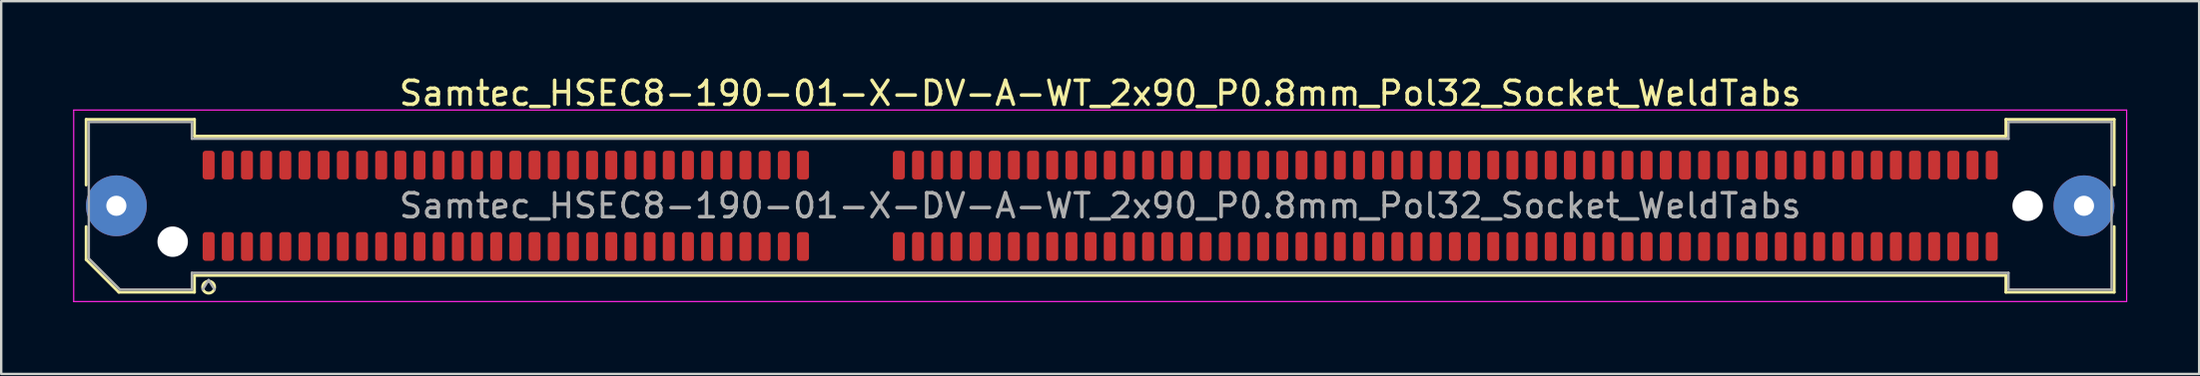
<source format=kicad_pcb>
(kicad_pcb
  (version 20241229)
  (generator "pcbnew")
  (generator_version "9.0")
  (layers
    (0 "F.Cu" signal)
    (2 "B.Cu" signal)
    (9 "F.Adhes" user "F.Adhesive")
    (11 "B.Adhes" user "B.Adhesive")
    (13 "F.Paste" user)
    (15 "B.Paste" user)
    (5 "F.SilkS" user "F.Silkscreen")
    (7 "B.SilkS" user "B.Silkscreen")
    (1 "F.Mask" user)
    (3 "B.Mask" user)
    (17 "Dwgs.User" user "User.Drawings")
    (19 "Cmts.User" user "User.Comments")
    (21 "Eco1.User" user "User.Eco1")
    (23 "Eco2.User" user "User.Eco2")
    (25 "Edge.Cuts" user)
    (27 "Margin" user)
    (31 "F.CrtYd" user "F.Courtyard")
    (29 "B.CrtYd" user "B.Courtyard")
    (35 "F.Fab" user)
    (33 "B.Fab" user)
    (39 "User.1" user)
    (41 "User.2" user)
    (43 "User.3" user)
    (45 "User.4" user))
  (footprint "Samtec_HSEC8-190-01-X-DV-A-WT_2x90_P0.8mm_Pol32_Socket_WeldTabs"
    (layer "F.Cu")
    (at 42.855 5.548)
    (property "Reference" "Samtec_HSEC8-190-01-X-DV-A-WT_2x90_P0.8mm_Pol32_Socket_WeldTabs" (at 0 -4.7 0) (layer "F.SilkS") (effects (font (size 1 1) (thickness 0.15))))
    (attr smd)
    (fp_line (start -42.31 -3.61) (end -37.79 -3.61) (stroke (width 0.12) (type solid)) (layer "F.SilkS"))
    (fp_line (start -42.31 -0.868) (end -42.31 -3.61) (stroke (width 0.12) (type solid)) (layer "F.SilkS"))
    (fp_line (start -42.31 2.246) (end -42.31 0.868) (stroke (width 0.12) (type solid)) (layer "F.SilkS"))
    (fp_line (start -40.946 3.61) (end -42.31 2.246) (stroke (width 0.12) (type solid)) (layer "F.SilkS"))
    (fp_line (start -37.79 -3.61) (end -37.79 -2.91) (stroke (width 0.12) (type solid)) (layer "F.SilkS"))
    (fp_line (start -37.79 -2.91) (end 37.79 -2.91) (stroke (width 0.12) (type solid)) (layer "F.SilkS"))
    (fp_line (start -37.79 2.91) (end -37.79 3.61) (stroke (width 0.12) (type solid)) (layer "F.SilkS"))
    (fp_line (start -37.79 3.61) (end -40.946 3.61) (stroke (width 0.12) (type solid)) (layer "F.SilkS"))
    (fp_line (start 37.79 -3.61) (end 42.31 -3.61) (stroke (width 0.12) (type solid)) (layer "F.SilkS"))
    (fp_line (start 37.79 -2.91) (end 37.79 -3.61) (stroke (width 0.12) (type solid)) (layer "F.SilkS"))
    (fp_line (start 37.79 2.91) (end -37.79 2.91) (stroke (width 0.12) (type solid)) (layer "F.SilkS"))
    (fp_line (start 37.79 3.61) (end 37.79 2.91) (stroke (width 0.12) (type solid)) (layer "F.SilkS"))
    (fp_line (start 42.31 -3.61) (end 42.31 -0.868) (stroke (width 0.12) (type solid)) (layer "F.SilkS"))
    (fp_line (start 42.31 0.868) (end 42.31 3.61) (stroke (width 0.12) (type solid)) (layer "F.SilkS"))
    (fp_line (start 42.31 3.61) (end 37.79 3.61) (stroke (width 0.12) (type solid)) (layer "F.SilkS"))
    (fp_arc (start -36.95 3.4) (mid -37.45 3.4) (end -36.95 3.4) (stroke (width 0.12) (type solid)) (layer "F.SilkS"))
    (fp_line (start -42.83 -4) (end -42.83 4) (stroke (width 0.05) (type solid)) (layer "F.CrtYd"))
    (fp_line (start -42.83 4) (end 42.83 4) (stroke (width 0.05) (type solid)) (layer "F.CrtYd"))
    (fp_line (start 42.83 -4) (end -42.83 -4) (stroke (width 0.05) (type solid)) (layer "F.CrtYd"))
    (fp_line (start 42.83 4) (end 42.83 -4) (stroke (width 0.05) (type solid)) (layer "F.CrtYd"))
    (fp_line (start -42.2 -3.5) (end -37.9 -3.5) (stroke (width 0.1) (type solid)) (layer "F.Fab"))
    (fp_line (start -42.2 2.2) (end -42.2 -3.5) (stroke (width 0.1) (type solid)) (layer "F.Fab"))
    (fp_line (start -40.9 3.5) (end -42.2 2.2) (stroke (width 0.1) (type solid)) (layer "F.Fab"))
    (fp_line (start -37.9 -3.5) (end -37.9 -2.8) (stroke (width 0.1) (type solid)) (layer "F.Fab"))
    (fp_line (start -37.9 -2.8) (end 37.9 -2.8) (stroke (width 0.1) (type solid)) (layer "F.Fab"))
    (fp_line (start -37.9 2.8) (end -37.9 3.5) (stroke (width 0.1) (type solid)) (layer "F.Fab"))
    (fp_line (start -37.9 3.5) (end -40.9 3.5) (stroke (width 0.1) (type solid)) (layer "F.Fab"))
    (fp_line (start -37.2 3.1) (end -37.45 3.5) (stroke (width 0.1) (type solid)) (layer "F.Fab"))
    (fp_line (start -37.2 3.1) (end -36.95 3.5) (stroke (width 0.1) (type solid)) (layer "F.Fab"))
    (fp_line (start 37.9 -3.5) (end 42.2 -3.5) (stroke (width 0.1) (type solid)) (layer "F.Fab"))
    (fp_line (start 37.9 -2.8) (end 37.9 -3.5) (stroke (width 0.1) (type solid)) (layer "F.Fab"))
    (fp_line (start 37.9 2.8) (end -37.9 2.8) (stroke (width 0.1) (type solid)) (layer "F.Fab"))
    (fp_line (start 37.9 3.5) (end 37.9 2.8) (stroke (width 0.1) (type solid)) (layer "F.Fab"))
    (fp_line (start 42.2 -3.5) (end 42.2 3.5) (stroke (width 0.1) (type solid)) (layer "F.Fab"))
    (fp_line (start 42.2 3.5) (end 37.9 3.5) (stroke (width 0.1) (type solid)) (layer "F.Fab"))
    (fp_text user "${REFERENCE}" (at 0 0 0) (layer "F.Fab") (effects (font (size 1 1) (thickness 0.15))))
    (pad "" thru_hole circle (at -41.05 0) (size 2.54 2.54) (drill 0.84) (layers "*.Cu" "*.Mask" "F.Paste"))
    (pad "" np_thru_hole circle (at -38.7 1.5) (size 1.27 1.27) (drill 1.27) (layers "*.Cu" "*.Mask"))
    (pad "" np_thru_hole circle (at 38.7 0) (size 1.27 1.27) (drill 1.27) (layers "*.Cu" "*.Mask"))
    (pad "" thru_hole circle (at 41.05 0) (size 2.54 2.54) (drill 0.84) (layers "*.Cu" "*.Mask" "F.Paste"))
    (pad "1" smd roundrect (at -37.2 1.7) (size 0.5 1.2) (layers "F.Cu" "F.Mask" "F.Paste") (roundrect_rratio 0.25))
    (pad "2" smd roundrect (at -37.2 -1.7) (size 0.5 1.2) (layers "F.Cu" "F.Mask" "F.Paste") (roundrect_rratio 0.25))
    (pad "3" smd roundrect (at -36.4 1.7) (size 0.5 1.2) (layers "F.Cu" "F.Mask" "F.Paste") (roundrect_rratio 0.25))
    (pad "4" smd roundrect (at -36.4 -1.7) (size 0.5 1.2) (layers "F.Cu" "F.Mask" "F.Paste") (roundrect_rratio 0.25))
    (pad "5" smd roundrect (at -35.6 1.7) (size 0.5 1.2) (layers "F.Cu" "F.Mask" "F.Paste") (roundrect_rratio 0.25))
    (pad "6" smd roundrect (at -35.6 -1.7) (size 0.5 1.2) (layers "F.Cu" "F.Mask" "F.Paste") (roundrect_rratio 0.25))
    (pad "7" smd roundrect (at -34.8 1.7) (size 0.5 1.2) (layers "F.Cu" "F.Mask" "F.Paste") (roundrect_rratio 0.25))
    (pad "8" smd roundrect (at -34.8 -1.7) (size 0.5 1.2) (layers "F.Cu" "F.Mask" "F.Paste") (roundrect_rratio 0.25))
    (pad "9" smd roundrect (at -34 1.7) (size 0.5 1.2) (layers "F.Cu" "F.Mask" "F.Paste") (roundrect_rratio 0.25))
    (pad "10" smd roundrect (at -34 -1.7) (size 0.5 1.2) (layers "F.Cu" "F.Mask" "F.Paste") (roundrect_rratio 0.25))
    (pad "11" smd roundrect (at -33.2 1.7) (size 0.5 1.2) (layers "F.Cu" "F.Mask" "F.Paste") (roundrect_rratio 0.25))
    (pad "12" smd roundrect (at -33.2 -1.7) (size 0.5 1.2) (layers "F.Cu" "F.Mask" "F.Paste") (roundrect_rratio 0.25))
    (pad "13" smd roundrect (at -32.4 1.7) (size 0.5 1.2) (layers "F.Cu" "F.Mask" "F.Paste") (roundrect_rratio 0.25))
    (pad "14" smd roundrect (at -32.4 -1.7) (size 0.5 1.2) (layers "F.Cu" "F.Mask" "F.Paste") (roundrect_rratio 0.25))
    (pad "15" smd roundrect (at -31.6 1.7) (size 0.5 1.2) (layers "F.Cu" "F.Mask" "F.Paste") (roundrect_rratio 0.25))
    (pad "16" smd roundrect (at -31.6 -1.7) (size 0.5 1.2) (layers "F.Cu" "F.Mask" "F.Paste") (roundrect_rratio 0.25))
    (pad "17" smd roundrect (at -30.8 1.7) (size 0.5 1.2) (layers "F.Cu" "F.Mask" "F.Paste") (roundrect_rratio 0.25))
    (pad "18" smd roundrect (at -30.8 -1.7) (size 0.5 1.2) (layers "F.Cu" "F.Mask" "F.Paste") (roundrect_rratio 0.25))
    (pad "19" smd roundrect (at -30 1.7) (size 0.5 1.2) (layers "F.Cu" "F.Mask" "F.Paste") (roundrect_rratio 0.25))
    (pad "20" smd roundrect (at -30 -1.7) (size 0.5 1.2) (layers "F.Cu" "F.Mask" "F.Paste") (roundrect_rratio 0.25))
    (pad "21" smd roundrect (at -29.2 1.7) (size 0.5 1.2) (layers "F.Cu" "F.Mask" "F.Paste") (roundrect_rratio 0.25))
    (pad "22" smd roundrect (at -29.2 -1.7) (size 0.5 1.2) (layers "F.Cu" "F.Mask" "F.Paste") (roundrect_rratio 0.25))
    (pad "23" smd roundrect (at -28.4 1.7) (size 0.5 1.2) (layers "F.Cu" "F.Mask" "F.Paste") (roundrect_rratio 0.25))
    (pad "24" smd roundrect (at -28.4 -1.7) (size 0.5 1.2) (layers "F.Cu" "F.Mask" "F.Paste") (roundrect_rratio 0.25))
    (pad "25" smd roundrect (at -27.6 1.7) (size 0.5 1.2) (layers "F.Cu" "F.Mask" "F.Paste") (roundrect_rratio 0.25))
    (pad "26" smd roundrect (at -27.6 -1.7) (size 0.5 1.2) (layers "F.Cu" "F.Mask" "F.Paste") (roundrect_rratio 0.25))
    (pad "27" smd roundrect (at -26.8 1.7) (size 0.5 1.2) (layers "F.Cu" "F.Mask" "F.Paste") (roundrect_rratio 0.25))
    (pad "28" smd roundrect (at -26.8 -1.7) (size 0.5 1.2) (layers "F.Cu" "F.Mask" "F.Paste") (roundrect_rratio 0.25))
    (pad "29" smd roundrect (at -26 1.7) (size 0.5 1.2) (layers "F.Cu" "F.Mask" "F.Paste") (roundrect_rratio 0.25))
    (pad "30" smd roundrect (at -26 -1.7) (size 0.5 1.2) (layers "F.Cu" "F.Mask" "F.Paste") (roundrect_rratio 0.25))
    (pad "31" smd roundrect (at -25.2 1.7) (size 0.5 1.2) (layers "F.Cu" "F.Mask" "F.Paste") (roundrect_rratio 0.25))
    (pad "32" smd roundrect (at -25.2 -1.7) (size 0.5 1.2) (layers "F.Cu" "F.Mask" "F.Paste") (roundrect_rratio 0.25))
    (pad "33" smd roundrect (at -24.4 1.7) (size 0.5 1.2) (layers "F.Cu" "F.Mask" "F.Paste") (roundrect_rratio 0.25))
    (pad "34" smd roundrect (at -24.4 -1.7) (size 0.5 1.2) (layers "F.Cu" "F.Mask" "F.Paste") (roundrect_rratio 0.25))
    (pad "35" smd roundrect (at -23.6 1.7) (size 0.5 1.2) (layers "F.Cu" "F.Mask" "F.Paste") (roundrect_rratio 0.25))
    (pad "36" smd roundrect (at -23.6 -1.7) (size 0.5 1.2) (layers "F.Cu" "F.Mask" "F.Paste") (roundrect_rratio 0.25))
    (pad "37" smd roundrect (at -22.8 1.7) (size 0.5 1.2) (layers "F.Cu" "F.Mask" "F.Paste") (roundrect_rratio 0.25))
    (pad "38" smd roundrect (at -22.8 -1.7) (size 0.5 1.2) (layers "F.Cu" "F.Mask" "F.Paste") (roundrect_rratio 0.25))
    (pad "39" smd roundrect (at -22 1.7) (size 0.5 1.2) (layers "F.Cu" "F.Mask" "F.Paste") (roundrect_rratio 0.25))
    (pad "40" smd roundrect (at -22 -1.7) (size 0.5 1.2) (layers "F.Cu" "F.Mask" "F.Paste") (roundrect_rratio 0.25))
    (pad "41" smd roundrect (at -21.2 1.7) (size 0.5 1.2) (layers "F.Cu" "F.Mask" "F.Paste") (roundrect_rratio 0.25))
    (pad "42" smd roundrect (at -21.2 -1.7) (size 0.5 1.2) (layers "F.Cu" "F.Mask" "F.Paste") (roundrect_rratio 0.25))
    (pad "43" smd roundrect (at -20.4 1.7) (size 0.5 1.2) (layers "F.Cu" "F.Mask" "F.Paste") (roundrect_rratio 0.25))
    (pad "44" smd roundrect (at -20.4 -1.7) (size 0.5 1.2) (layers "F.Cu" "F.Mask" "F.Paste") (roundrect_rratio 0.25))
    (pad "45" smd roundrect (at -19.6 1.7) (size 0.5 1.2) (layers "F.Cu" "F.Mask" "F.Paste") (roundrect_rratio 0.25))
    (pad "46" smd roundrect (at -19.6 -1.7) (size 0.5 1.2) (layers "F.Cu" "F.Mask" "F.Paste") (roundrect_rratio 0.25))
    (pad "47" smd roundrect (at -18.8 1.7) (size 0.5 1.2) (layers "F.Cu" "F.Mask" "F.Paste") (roundrect_rratio 0.25))
    (pad "48" smd roundrect (at -18.8 -1.7) (size 0.5 1.2) (layers "F.Cu" "F.Mask" "F.Paste") (roundrect_rratio 0.25))
    (pad "49" smd roundrect (at -18 1.7) (size 0.5 1.2) (layers "F.Cu" "F.Mask" "F.Paste") (roundrect_rratio 0.25))
    (pad "50" smd roundrect (at -18 -1.7) (size 0.5 1.2) (layers "F.Cu" "F.Mask" "F.Paste") (roundrect_rratio 0.25))
    (pad "51" smd roundrect (at -17.2 1.7) (size 0.5 1.2) (layers "F.Cu" "F.Mask" "F.Paste") (roundrect_rratio 0.25))
    (pad "52" smd roundrect (at -17.2 -1.7) (size 0.5 1.2) (layers "F.Cu" "F.Mask" "F.Paste") (roundrect_rratio 0.25))
    (pad "53" smd roundrect (at -16.4 1.7) (size 0.5 1.2) (layers "F.Cu" "F.Mask" "F.Paste") (roundrect_rratio 0.25))
    (pad "54" smd roundrect (at -16.4 -1.7) (size 0.5 1.2) (layers "F.Cu" "F.Mask" "F.Paste") (roundrect_rratio 0.25))
    (pad "55" smd roundrect (at -15.6 1.7) (size 0.5 1.2) (layers "F.Cu" "F.Mask" "F.Paste") (roundrect_rratio 0.25))
    (pad "56" smd roundrect (at -15.6 -1.7) (size 0.5 1.2) (layers "F.Cu" "F.Mask" "F.Paste") (roundrect_rratio 0.25))
    (pad "57" smd roundrect (at -14.8 1.7) (size 0.5 1.2) (layers "F.Cu" "F.Mask" "F.Paste") (roundrect_rratio 0.25))
    (pad "58" smd roundrect (at -14.8 -1.7) (size 0.5 1.2) (layers "F.Cu" "F.Mask" "F.Paste") (roundrect_rratio 0.25))
    (pad "59" smd roundrect (at -14 1.7) (size 0.5 1.2) (layers "F.Cu" "F.Mask" "F.Paste") (roundrect_rratio 0.25))
    (pad "60" smd roundrect (at -14 -1.7) (size 0.5 1.2) (layers "F.Cu" "F.Mask" "F.Paste") (roundrect_rratio 0.25))
    (pad "61" smd roundrect (at -13.2 1.7) (size 0.5 1.2) (layers "F.Cu" "F.Mask" "F.Paste") (roundrect_rratio 0.25))
    (pad "62" smd roundrect (at -13.2 -1.7) (size 0.5 1.2) (layers "F.Cu" "F.Mask" "F.Paste") (roundrect_rratio 0.25))
    (pad "63" smd roundrect (at -12.4 1.7) (size 0.5 1.2) (layers "F.Cu" "F.Mask" "F.Paste") (roundrect_rratio 0.25))
    (pad "64" smd roundrect (at -12.4 -1.7) (size 0.5 1.2) (layers "F.Cu" "F.Mask" "F.Paste") (roundrect_rratio 0.25))
    (pad "65" smd roundrect (at -8.4 1.7) (size 0.5 1.2) (layers "F.Cu" "F.Mask" "F.Paste") (roundrect_rratio 0.25))
    (pad "66" smd roundrect (at -8.4 -1.7) (size 0.5 1.2) (layers "F.Cu" "F.Mask" "F.Paste") (roundrect_rratio 0.25))
    (pad "67" smd roundrect (at -7.6 1.7) (size 0.5 1.2) (layers "F.Cu" "F.Mask" "F.Paste") (roundrect_rratio 0.25))
    (pad "68" smd roundrect (at -7.6 -1.7) (size 0.5 1.2) (layers "F.Cu" "F.Mask" "F.Paste") (roundrect_rratio 0.25))
    (pad "69" smd roundrect (at -6.8 1.7) (size 0.5 1.2) (layers "F.Cu" "F.Mask" "F.Paste") (roundrect_rratio 0.25))
    (pad "70" smd roundrect (at -6.8 -1.7) (size 0.5 1.2) (layers "F.Cu" "F.Mask" "F.Paste") (roundrect_rratio 0.25))
    (pad "71" smd roundrect (at -6 1.7) (size 0.5 1.2) (layers "F.Cu" "F.Mask" "F.Paste") (roundrect_rratio 0.25))
    (pad "72" smd roundrect (at -6 -1.7) (size 0.5 1.2) (layers "F.Cu" "F.Mask" "F.Paste") (roundrect_rratio 0.25))
    (pad "73" smd roundrect (at -5.2 1.7) (size 0.5 1.2) (layers "F.Cu" "F.Mask" "F.Paste") (roundrect_rratio 0.25))
    (pad "74" smd roundrect (at -5.2 -1.7) (size 0.5 1.2) (layers "F.Cu" "F.Mask" "F.Paste") (roundrect_rratio 0.25))
    (pad "75" smd roundrect (at -4.4 1.7) (size 0.5 1.2) (layers "F.Cu" "F.Mask" "F.Paste") (roundrect_rratio 0.25))
    (pad "76" smd roundrect (at -4.4 -1.7) (size 0.5 1.2) (layers "F.Cu" "F.Mask" "F.Paste") (roundrect_rratio 0.25))
    (pad "77" smd roundrect (at -3.6 1.7) (size 0.5 1.2) (layers "F.Cu" "F.Mask" "F.Paste") (roundrect_rratio 0.25))
    (pad "78" smd roundrect (at -3.6 -1.7) (size 0.5 1.2) (layers "F.Cu" "F.Mask" "F.Paste") (roundrect_rratio 0.25))
    (pad "79" smd roundrect (at -2.8 1.7) (size 0.5 1.2) (layers "F.Cu" "F.Mask" "F.Paste") (roundrect_rratio 0.25))
    (pad "80" smd roundrect (at -2.8 -1.7) (size 0.5 1.2) (layers "F.Cu" "F.Mask" "F.Paste") (roundrect_rratio 0.25))
    (pad "81" smd roundrect (at -2 1.7) (size 0.5 1.2) (layers "F.Cu" "F.Mask" "F.Paste") (roundrect_rratio 0.25))
    (pad "82" smd roundrect (at -2 -1.7) (size 0.5 1.2) (layers "F.Cu" "F.Mask" "F.Paste") (roundrect_rratio 0.25))
    (pad "83" smd roundrect (at -1.2 1.7) (size 0.5 1.2) (layers "F.Cu" "F.Mask" "F.Paste") (roundrect_rratio 0.25))
    (pad "84" smd roundrect (at -1.2 -1.7) (size 0.5 1.2) (layers "F.Cu" "F.Mask" "F.Paste") (roundrect_rratio 0.25))
    (pad "85" smd roundrect (at -0.4 1.7) (size 0.5 1.2) (layers "F.Cu" "F.Mask" "F.Paste") (roundrect_rratio 0.25))
    (pad "86" smd roundrect (at -0.4 -1.7) (size 0.5 1.2) (layers "F.Cu" "F.Mask" "F.Paste") (roundrect_rratio 0.25))
    (pad "87" smd roundrect (at 0.4 1.7) (size 0.5 1.2) (layers "F.Cu" "F.Mask" "F.Paste") (roundrect_rratio 0.25))
    (pad "88" smd roundrect (at 0.4 -1.7) (size 0.5 1.2) (layers "F.Cu" "F.Mask" "F.Paste") (roundrect_rratio 0.25))
    (pad "89" smd roundrect (at 1.2 1.7) (size 0.5 1.2) (layers "F.Cu" "F.Mask" "F.Paste") (roundrect_rratio 0.25))
    (pad "90" smd roundrect (at 1.2 -1.7) (size 0.5 1.2) (layers "F.Cu" "F.Mask" "F.Paste") (roundrect_rratio 0.25))
    (pad "91" smd roundrect (at 2 1.7) (size 0.5 1.2) (layers "F.Cu" "F.Mask" "F.Paste") (roundrect_rratio 0.25))
    (pad "92" smd roundrect (at 2 -1.7) (size 0.5 1.2) (layers "F.Cu" "F.Mask" "F.Paste") (roundrect_rratio 0.25))
    (pad "93" smd roundrect (at 2.8 1.7) (size 0.5 1.2) (layers "F.Cu" "F.Mask" "F.Paste") (roundrect_rratio 0.25))
    (pad "94" smd roundrect (at 2.8 -1.7) (size 0.5 1.2) (layers "F.Cu" "F.Mask" "F.Paste") (roundrect_rratio 0.25))
    (pad "95" smd roundrect (at 3.6 1.7) (size 0.5 1.2) (layers "F.Cu" "F.Mask" "F.Paste") (roundrect_rratio 0.25))
    (pad "96" smd roundrect (at 3.6 -1.7) (size 0.5 1.2) (layers "F.Cu" "F.Mask" "F.Paste") (roundrect_rratio 0.25))
    (pad "97" smd roundrect (at 4.4 1.7) (size 0.5 1.2) (layers "F.Cu" "F.Mask" "F.Paste") (roundrect_rratio 0.25))
    (pad "98" smd roundrect (at 4.4 -1.7) (size 0.5 1.2) (layers "F.Cu" "F.Mask" "F.Paste") (roundrect_rratio 0.25))
    (pad "99" smd roundrect (at 5.2 1.7) (size 0.5 1.2) (layers "F.Cu" "F.Mask" "F.Paste") (roundrect_rratio 0.25))
    (pad "100" smd roundrect (at 5.2 -1.7) (size 0.5 1.2) (layers "F.Cu" "F.Mask" "F.Paste") (roundrect_rratio 0.25))
    (pad "101" smd roundrect (at 6 1.7) (size 0.5 1.2) (layers "F.Cu" "F.Mask" "F.Paste") (roundrect_rratio 0.25))
    (pad "102" smd roundrect (at 6 -1.7) (size 0.5 1.2) (layers "F.Cu" "F.Mask" "F.Paste") (roundrect_rratio 0.25))
    (pad "103" smd roundrect (at 6.8 1.7) (size 0.5 1.2) (layers "F.Cu" "F.Mask" "F.Paste") (roundrect_rratio 0.25))
    (pad "104" smd roundrect (at 6.8 -1.7) (size 0.5 1.2) (layers "F.Cu" "F.Mask" "F.Paste") (roundrect_rratio 0.25))
    (pad "105" smd roundrect (at 7.6 1.7) (size 0.5 1.2) (layers "F.Cu" "F.Mask" "F.Paste") (roundrect_rratio 0.25))
    (pad "106" smd roundrect (at 7.6 -1.7) (size 0.5 1.2) (layers "F.Cu" "F.Mask" "F.Paste") (roundrect_rratio 0.25))
    (pad "107" smd roundrect (at 8.4 1.7) (size 0.5 1.2) (layers "F.Cu" "F.Mask" "F.Paste") (roundrect_rratio 0.25))
    (pad "108" smd roundrect (at 8.4 -1.7) (size 0.5 1.2) (layers "F.Cu" "F.Mask" "F.Paste") (roundrect_rratio 0.25))
    (pad "109" smd roundrect (at 9.2 1.7) (size 0.5 1.2) (layers "F.Cu" "F.Mask" "F.Paste") (roundrect_rratio 0.25))
    (pad "110" smd roundrect (at 9.2 -1.7) (size 0.5 1.2) (layers "F.Cu" "F.Mask" "F.Paste") (roundrect_rratio 0.25))
    (pad "111" smd roundrect (at 10 1.7) (size 0.5 1.2) (layers "F.Cu" "F.Mask" "F.Paste") (roundrect_rratio 0.25))
    (pad "112" smd roundrect (at 10 -1.7) (size 0.5 1.2) (layers "F.Cu" "F.Mask" "F.Paste") (roundrect_rratio 0.25))
    (pad "113" smd roundrect (at 10.8 1.7) (size 0.5 1.2) (layers "F.Cu" "F.Mask" "F.Paste") (roundrect_rratio 0.25))
    (pad "114" smd roundrect (at 10.8 -1.7) (size 0.5 1.2) (layers "F.Cu" "F.Mask" "F.Paste") (roundrect_rratio 0.25))
    (pad "115" smd roundrect (at 11.6 1.7) (size 0.5 1.2) (layers "F.Cu" "F.Mask" "F.Paste") (roundrect_rratio 0.25))
    (pad "116" smd roundrect (at 11.6 -1.7) (size 0.5 1.2) (layers "F.Cu" "F.Mask" "F.Paste") (roundrect_rratio 0.25))
    (pad "117" smd roundrect (at 12.4 1.7) (size 0.5 1.2) (layers "F.Cu" "F.Mask" "F.Paste") (roundrect_rratio 0.25))
    (pad "118" smd roundrect (at 12.4 -1.7) (size 0.5 1.2) (layers "F.Cu" "F.Mask" "F.Paste") (roundrect_rratio 0.25))
    (pad "119" smd roundrect (at 13.2 1.7) (size 0.5 1.2) (layers "F.Cu" "F.Mask" "F.Paste") (roundrect_rratio 0.25))
    (pad "120" smd roundrect (at 13.2 -1.7) (size 0.5 1.2) (layers "F.Cu" "F.Mask" "F.Paste") (roundrect_rratio 0.25))
    (pad "121" smd roundrect (at 14 1.7) (size 0.5 1.2) (layers "F.Cu" "F.Mask" "F.Paste") (roundrect_rratio 0.25))
    (pad "122" smd roundrect (at 14 -1.7) (size 0.5 1.2) (layers "F.Cu" "F.Mask" "F.Paste") (roundrect_rratio 0.25))
    (pad "123" smd roundrect (at 14.8 1.7) (size 0.5 1.2) (layers "F.Cu" "F.Mask" "F.Paste") (roundrect_rratio 0.25))
    (pad "124" smd roundrect (at 14.8 -1.7) (size 0.5 1.2) (layers "F.Cu" "F.Mask" "F.Paste") (roundrect_rratio 0.25))
    (pad "125" smd roundrect (at 15.6 1.7) (size 0.5 1.2) (layers "F.Cu" "F.Mask" "F.Paste") (roundrect_rratio 0.25))
    (pad "126" smd roundrect (at 15.6 -1.7) (size 0.5 1.2) (layers "F.Cu" "F.Mask" "F.Paste") (roundrect_rratio 0.25))
    (pad "127" smd roundrect (at 16.4 1.7) (size 0.5 1.2) (layers "F.Cu" "F.Mask" "F.Paste") (roundrect_rratio 0.25))
    (pad "128" smd roundrect (at 16.4 -1.7) (size 0.5 1.2) (layers "F.Cu" "F.Mask" "F.Paste") (roundrect_rratio 0.25))
    (pad "129" smd roundrect (at 17.2 1.7) (size 0.5 1.2) (layers "F.Cu" "F.Mask" "F.Paste") (roundrect_rratio 0.25))
    (pad "130" smd roundrect (at 17.2 -1.7) (size 0.5 1.2) (layers "F.Cu" "F.Mask" "F.Paste") (roundrect_rratio 0.25))
    (pad "131" smd roundrect (at 18 1.7) (size 0.5 1.2) (layers "F.Cu" "F.Mask" "F.Paste") (roundrect_rratio 0.25))
    (pad "132" smd roundrect (at 18 -1.7) (size 0.5 1.2) (layers "F.Cu" "F.Mask" "F.Paste") (roundrect_rratio 0.25))
    (pad "133" smd roundrect (at 18.8 1.7) (size 0.5 1.2) (layers "F.Cu" "F.Mask" "F.Paste") (roundrect_rratio 0.25))
    (pad "134" smd roundrect (at 18.8 -1.7) (size 0.5 1.2) (layers "F.Cu" "F.Mask" "F.Paste") (roundrect_rratio 0.25))
    (pad "135" smd roundrect (at 19.6 1.7) (size 0.5 1.2) (layers "F.Cu" "F.Mask" "F.Paste") (roundrect_rratio 0.25))
    (pad "136" smd roundrect (at 19.6 -1.7) (size 0.5 1.2) (layers "F.Cu" "F.Mask" "F.Paste") (roundrect_rratio 0.25))
    (pad "137" smd roundrect (at 20.4 1.7) (size 0.5 1.2) (layers "F.Cu" "F.Mask" "F.Paste") (roundrect_rratio 0.25))
    (pad "138" smd roundrect (at 20.4 -1.7) (size 0.5 1.2) (layers "F.Cu" "F.Mask" "F.Paste") (roundrect_rratio 0.25))
    (pad "139" smd roundrect (at 21.2 1.7) (size 0.5 1.2) (layers "F.Cu" "F.Mask" "F.Paste") (roundrect_rratio 0.25))
    (pad "140" smd roundrect (at 21.2 -1.7) (size 0.5 1.2) (layers "F.Cu" "F.Mask" "F.Paste") (roundrect_rratio 0.25))
    (pad "141" smd roundrect (at 22 1.7) (size 0.5 1.2) (layers "F.Cu" "F.Mask" "F.Paste") (roundrect_rratio 0.25))
    (pad "142" smd roundrect (at 22 -1.7) (size 0.5 1.2) (layers "F.Cu" "F.Mask" "F.Paste") (roundrect_rratio 0.25))
    (pad "143" smd roundrect (at 22.8 1.7) (size 0.5 1.2) (layers "F.Cu" "F.Mask" "F.Paste") (roundrect_rratio 0.25))
    (pad "144" smd roundrect (at 22.8 -1.7) (size 0.5 1.2) (layers "F.Cu" "F.Mask" "F.Paste") (roundrect_rratio 0.25))
    (pad "145" smd roundrect (at 23.6 1.7) (size 0.5 1.2) (layers "F.Cu" "F.Mask" "F.Paste") (roundrect_rratio 0.25))
    (pad "146" smd roundrect (at 23.6 -1.7) (size 0.5 1.2) (layers "F.Cu" "F.Mask" "F.Paste") (roundrect_rratio 0.25))
    (pad "147" smd roundrect (at 24.4 1.7) (size 0.5 1.2) (layers "F.Cu" "F.Mask" "F.Paste") (roundrect_rratio 0.25))
    (pad "148" smd roundrect (at 24.4 -1.7) (size 0.5 1.2) (layers "F.Cu" "F.Mask" "F.Paste") (roundrect_rratio 0.25))
    (pad "149" smd roundrect (at 25.2 1.7) (size 0.5 1.2) (layers "F.Cu" "F.Mask" "F.Paste") (roundrect_rratio 0.25))
    (pad "150" smd roundrect (at 25.2 -1.7) (size 0.5 1.2) (layers "F.Cu" "F.Mask" "F.Paste") (roundrect_rratio 0.25))
    (pad "151" smd roundrect (at 26 1.7) (size 0.5 1.2) (layers "F.Cu" "F.Mask" "F.Paste") (roundrect_rratio 0.25))
    (pad "152" smd roundrect (at 26 -1.7) (size 0.5 1.2) (layers "F.Cu" "F.Mask" "F.Paste") (roundrect_rratio 0.25))
    (pad "153" smd roundrect (at 26.8 1.7) (size 0.5 1.2) (layers "F.Cu" "F.Mask" "F.Paste") (roundrect_rratio 0.25))
    (pad "154" smd roundrect (at 26.8 -1.7) (size 0.5 1.2) (layers "F.Cu" "F.Mask" "F.Paste") (roundrect_rratio 0.25))
    (pad "155" smd roundrect (at 27.6 1.7) (size 0.5 1.2) (layers "F.Cu" "F.Mask" "F.Paste") (roundrect_rratio 0.25))
    (pad "156" smd roundrect (at 27.6 -1.7) (size 0.5 1.2) (layers "F.Cu" "F.Mask" "F.Paste") (roundrect_rratio 0.25))
    (pad "157" smd roundrect (at 28.4 1.7) (size 0.5 1.2) (layers "F.Cu" "F.Mask" "F.Paste") (roundrect_rratio 0.25))
    (pad "158" smd roundrect (at 28.4 -1.7) (size 0.5 1.2) (layers "F.Cu" "F.Mask" "F.Paste") (roundrect_rratio 0.25))
    (pad "159" smd roundrect (at 29.2 1.7) (size 0.5 1.2) (layers "F.Cu" "F.Mask" "F.Paste") (roundrect_rratio 0.25))
    (pad "160" smd roundrect (at 29.2 -1.7) (size 0.5 1.2) (layers "F.Cu" "F.Mask" "F.Paste") (roundrect_rratio 0.25))
    (pad "161" smd roundrect (at 30 1.7) (size 0.5 1.2) (layers "F.Cu" "F.Mask" "F.Paste") (roundrect_rratio 0.25))
    (pad "162" smd roundrect (at 30 -1.7) (size 0.5 1.2) (layers "F.Cu" "F.Mask" "F.Paste") (roundrect_rratio 0.25))
    (pad "163" smd roundrect (at 30.8 1.7) (size 0.5 1.2) (layers "F.Cu" "F.Mask" "F.Paste") (roundrect_rratio 0.25))
    (pad "164" smd roundrect (at 30.8 -1.7) (size 0.5 1.2) (layers "F.Cu" "F.Mask" "F.Paste") (roundrect_rratio 0.25))
    (pad "165" smd roundrect (at 31.6 1.7) (size 0.5 1.2) (layers "F.Cu" "F.Mask" "F.Paste") (roundrect_rratio 0.25))
    (pad "166" smd roundrect (at 31.6 -1.7) (size 0.5 1.2) (layers "F.Cu" "F.Mask" "F.Paste") (roundrect_rratio 0.25))
    (pad "167" smd roundrect (at 32.4 1.7) (size 0.5 1.2) (layers "F.Cu" "F.Mask" "F.Paste") (roundrect_rratio 0.25))
    (pad "168" smd roundrect (at 32.4 -1.7) (size 0.5 1.2) (layers "F.Cu" "F.Mask" "F.Paste") (roundrect_rratio 0.25))
    (pad "169" smd roundrect (at 33.2 1.7) (size 0.5 1.2) (layers "F.Cu" "F.Mask" "F.Paste") (roundrect_rratio 0.25))
    (pad "170" smd roundrect (at 33.2 -1.7) (size 0.5 1.2) (layers "F.Cu" "F.Mask" "F.Paste") (roundrect_rratio 0.25))
    (pad "171" smd roundrect (at 34 1.7) (size 0.5 1.2) (layers "F.Cu" "F.Mask" "F.Paste") (roundrect_rratio 0.25))
    (pad "172" smd roundrect (at 34 -1.7) (size 0.5 1.2) (layers "F.Cu" "F.Mask" "F.Paste") (roundrect_rratio 0.25))
    (pad "173" smd roundrect (at 34.8 1.7) (size 0.5 1.2) (layers "F.Cu" "F.Mask" "F.Paste") (roundrect_rratio 0.25))
    (pad "174" smd roundrect (at 34.8 -1.7) (size 0.5 1.2) (layers "F.Cu" "F.Mask" "F.Paste") (roundrect_rratio 0.25))
    (pad "175" smd roundrect (at 35.6 1.7) (size 0.5 1.2) (layers "F.Cu" "F.Mask" "F.Paste") (roundrect_rratio 0.25))
    (pad "176" smd roundrect (at 35.6 -1.7) (size 0.5 1.2) (layers "F.Cu" "F.Mask" "F.Paste") (roundrect_rratio 0.25))
    (pad "177" smd roundrect (at 36.4 1.7) (size 0.5 1.2) (layers "F.Cu" "F.Mask" "F.Paste") (roundrect_rratio 0.25))
    (pad "178" smd roundrect (at 36.4 -1.7) (size 0.5 1.2) (layers "F.Cu" "F.Mask" "F.Paste") (roundrect_rratio 0.25))
    (pad "179" smd roundrect (at 37.2 1.7) (size 0.5 1.2) (layers "F.Cu" "F.Mask" "F.Paste") (roundrect_rratio 0.25))
    (pad "180" smd roundrect (at 37.2 -1.7) (size 0.5 1.2) (layers "F.Cu" "F.Mask" "F.Paste") (roundrect_rratio 0.25)))
  (gr_rect
    (start -3 -3)
    (end 88.71 12.573)
    (stroke (width 0.1) (type default))
    (fill no)
    (layer "Edge.Cuts")))
</source>
